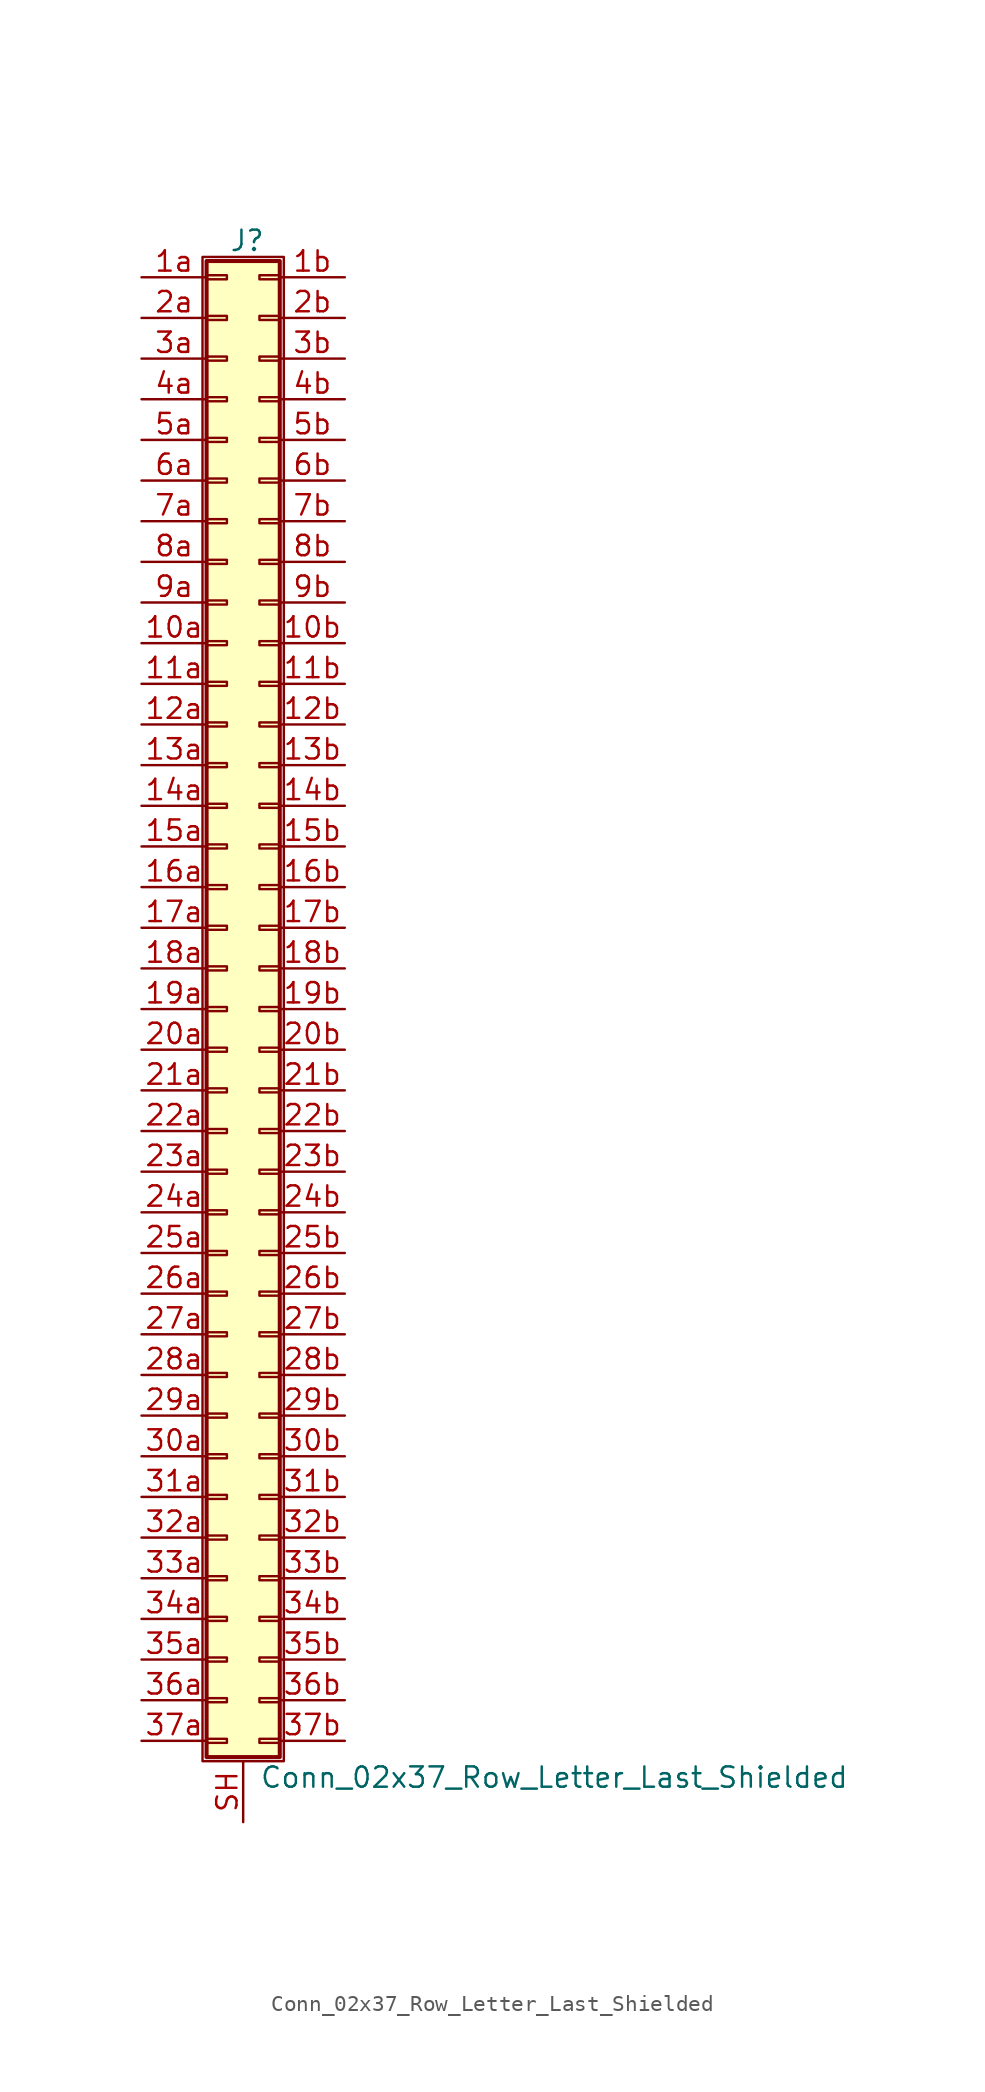
<source format=kicad_sym>
(kicad_symbol_lib
  (version 20220914)
  (generator kicad_symbol_editor)
  (symbol "Conn_02x37_Row_Letter_Last_Shielded"
    (pin_names
      (offset 1.016) hide)
    (property "Reference" "J"
      (at 1.524 48.006 0)
      (effects (font (size 1.27 1.27))))
    (property "Value" "Conn_02x37_Row_Letter_Last_Shielded"
      (at 2.286 -48.006 0)
      (effects (font (size 1.27 1.27)) (justify left)))
    (symbol "Conn_02x37_Row_Letter_Last_Shielded_1_1"
      (rectangle (start -1.27 46.99) (end 3.81 -46.99) (stroke (width 0.152) (type default)) (fill (type none)))
      (rectangle (start -1.016 -45.593) (end 0.254 -45.847) (stroke (width 0.152) (type default)) (fill (type none)))
      (rectangle (start -1.016 -43.053) (end 0.254 -43.307) (stroke (width 0.152) (type default)) (fill (type none)))
      (rectangle (start -1.016 -40.513) (end 0.254 -40.767) (stroke (width 0.152) (type default)) (fill (type none)))
      (rectangle (start -1.016 -37.973) (end 0.254 -38.227) (stroke (width 0.152) (type default)) (fill (type none)))
      (rectangle (start -1.016 -35.433) (end 0.254 -35.687) (stroke (width 0.152) (type default)) (fill (type none)))
      (rectangle (start -1.016 -32.893) (end 0.254 -33.147) (stroke (width 0.152) (type default)) (fill (type none)))
      (rectangle (start -1.016 -30.353) (end 0.254 -30.607) (stroke (width 0.152) (type default)) (fill (type none)))
      (rectangle (start -1.016 -27.813) (end 0.254 -28.067) (stroke (width 0.152) (type default)) (fill (type none)))
      (rectangle (start -1.016 -25.273) (end 0.254 -25.527) (stroke (width 0.152) (type default)) (fill (type none)))
      (rectangle (start -1.016 -22.733) (end 0.254 -22.987) (stroke (width 0.152) (type default)) (fill (type none)))
      (rectangle (start -1.016 -20.193) (end 0.254 -20.447) (stroke (width 0.152) (type default)) (fill (type none)))
      (rectangle (start -1.016 -17.653) (end 0.254 -17.907) (stroke (width 0.152) (type default)) (fill (type none)))
      (rectangle (start -1.016 -15.113) (end 0.254 -15.367) (stroke (width 0.152) (type default)) (fill (type none)))
      (rectangle (start -1.016 -12.573) (end 0.254 -12.827) (stroke (width 0.152) (type default)) (fill (type none)))
      (rectangle (start -1.016 -10.033) (end 0.254 -10.287) (stroke (width 0.152) (type default)) (fill (type none)))
      (rectangle (start -1.016 -7.493) (end 0.254 -7.747) (stroke (width 0.152) (type default)) (fill (type none)))
      (rectangle (start -1.016 -4.953) (end 0.254 -5.207) (stroke (width 0.152) (type default)) (fill (type none)))
      (rectangle (start -1.016 -2.413) (end 0.254 -2.667) (stroke (width 0.152) (type default)) (fill (type none)))
      (rectangle (start -1.016 0.127) (end 0.254 -0.127) (stroke (width 0.152) (type default)) (fill (type none)))
      (rectangle (start -1.016 2.667) (end 0.254 2.413) (stroke (width 0.152) (type default)) (fill (type none)))
      (rectangle (start -1.016 5.207) (end 0.254 4.953) (stroke (width 0.152) (type default)) (fill (type none)))
      (rectangle (start -1.016 7.747) (end 0.254 7.493) (stroke (width 0.152) (type default)) (fill (type none)))
      (rectangle (start -1.016 10.287) (end 0.254 10.033) (stroke (width 0.152) (type default)) (fill (type none)))
      (rectangle (start -1.016 12.827) (end 0.254 12.573) (stroke (width 0.152) (type default)) (fill (type none)))
      (rectangle (start -1.016 15.367) (end 0.254 15.113) (stroke (width 0.152) (type default)) (fill (type none)))
      (rectangle (start -1.016 17.907) (end 0.254 17.653) (stroke (width 0.152) (type default)) (fill (type none)))
      (rectangle (start -1.016 20.447) (end 0.254 20.193) (stroke (width 0.152) (type default)) (fill (type none)))
      (rectangle (start -1.016 22.987) (end 0.254 22.733) (stroke (width 0.152) (type default)) (fill (type none)))
      (rectangle (start -1.016 25.527) (end 0.254 25.273) (stroke (width 0.152) (type default)) (fill (type none)))
      (rectangle (start -1.016 28.067) (end 0.254 27.813) (stroke (width 0.152) (type default)) (fill (type none)))
      (rectangle (start -1.016 30.607) (end 0.254 30.353) (stroke (width 0.152) (type default)) (fill (type none)))
      (rectangle (start -1.016 33.147) (end 0.254 32.893) (stroke (width 0.152) (type default)) (fill (type none)))
      (rectangle (start -1.016 35.687) (end 0.254 35.433) (stroke (width 0.152) (type default)) (fill (type none)))
      (rectangle (start -1.016 38.227) (end 0.254 37.973) (stroke (width 0.152) (type default)) (fill (type none)))
      (rectangle (start -1.016 40.767) (end 0.254 40.513) (stroke (width 0.152) (type default)) (fill (type none)))
      (rectangle (start -1.016 43.307) (end 0.254 43.053) (stroke (width 0.152) (type default)) (fill (type none)))
      (rectangle (start -1.016 45.847) (end 0.254 45.593) (stroke (width 0.152) (type default)) (fill (type none)))
      (rectangle (start -1.016 46.736) (end 3.556 -46.736) (stroke (width 0.254) (type default)) (fill (type background)))
      (rectangle (start 3.556 -45.593) (end 2.286 -45.847) (stroke (width 0.152) (type default)) (fill (type none)))
      (rectangle (start 3.556 -43.053) (end 2.286 -43.307) (stroke (width 0.152) (type default)) (fill (type none)))
      (rectangle (start 3.556 -40.513) (end 2.286 -40.767) (stroke (width 0.152) (type default)) (fill (type none)))
      (rectangle (start 3.556 -37.973) (end 2.286 -38.227) (stroke (width 0.152) (type default)) (fill (type none)))
      (rectangle (start 3.556 -35.433) (end 2.286 -35.687) (stroke (width 0.152) (type default)) (fill (type none)))
      (rectangle (start 3.556 -32.893) (end 2.286 -33.147) (stroke (width 0.152) (type default)) (fill (type none)))
      (rectangle (start 3.556 -30.353) (end 2.286 -30.607) (stroke (width 0.152) (type default)) (fill (type none)))
      (rectangle (start 3.556 -27.813) (end 2.286 -28.067) (stroke (width 0.152) (type default)) (fill (type none)))
      (rectangle (start 3.556 -25.273) (end 2.286 -25.527) (stroke (width 0.152) (type default)) (fill (type none)))
      (rectangle (start 3.556 -22.733) (end 2.286 -22.987) (stroke (width 0.152) (type default)) (fill (type none)))
      (rectangle (start 3.556 -20.193) (end 2.286 -20.447) (stroke (width 0.152) (type default)) (fill (type none)))
      (rectangle (start 3.556 -17.653) (end 2.286 -17.907) (stroke (width 0.152) (type default)) (fill (type none)))
      (rectangle (start 3.556 -15.113) (end 2.286 -15.367) (stroke (width 0.152) (type default)) (fill (type none)))
      (rectangle (start 3.556 -12.573) (end 2.286 -12.827) (stroke (width 0.152) (type default)) (fill (type none)))
      (rectangle (start 3.556 -10.033) (end 2.286 -10.287) (stroke (width 0.152) (type default)) (fill (type none)))
      (rectangle (start 3.556 -7.493) (end 2.286 -7.747) (stroke (width 0.152) (type default)) (fill (type none)))
      (rectangle (start 3.556 -4.953) (end 2.286 -5.207) (stroke (width 0.152) (type default)) (fill (type none)))
      (rectangle (start 3.556 -2.413) (end 2.286 -2.667) (stroke (width 0.152) (type default)) (fill (type none)))
      (rectangle (start 3.556 0.127) (end 2.286 -0.127) (stroke (width 0.152) (type default)) (fill (type none)))
      (rectangle (start 3.556 2.667) (end 2.286 2.413) (stroke (width 0.152) (type default)) (fill (type none)))
      (rectangle (start 3.556 5.207) (end 2.286 4.953) (stroke (width 0.152) (type default)) (fill (type none)))
      (rectangle (start 3.556 7.747) (end 2.286 7.493) (stroke (width 0.152) (type default)) (fill (type none)))
      (rectangle (start 3.556 10.287) (end 2.286 10.033) (stroke (width 0.152) (type default)) (fill (type none)))
      (rectangle (start 3.556 12.827) (end 2.286 12.573) (stroke (width 0.152) (type default)) (fill (type none)))
      (rectangle (start 3.556 15.367) (end 2.286 15.113) (stroke (width 0.152) (type default)) (fill (type none)))
      (rectangle (start 3.556 17.907) (end 2.286 17.653) (stroke (width 0.152) (type default)) (fill (type none)))
      (rectangle (start 3.556 20.447) (end 2.286 20.193) (stroke (width 0.152) (type default)) (fill (type none)))
      (rectangle (start 3.556 22.987) (end 2.286 22.733) (stroke (width 0.152) (type default)) (fill (type none)))
      (rectangle (start 3.556 25.527) (end 2.286 25.273) (stroke (width 0.152) (type default)) (fill (type none)))
      (rectangle (start 3.556 28.067) (end 2.286 27.813) (stroke (width 0.152) (type default)) (fill (type none)))
      (rectangle (start 3.556 30.607) (end 2.286 30.353) (stroke (width 0.152) (type default)) (fill (type none)))
      (rectangle (start 3.556 33.147) (end 2.286 32.893) (stroke (width 0.152) (type default)) (fill (type none)))
      (rectangle (start 3.556 35.687) (end 2.286 35.433) (stroke (width 0.152) (type default)) (fill (type none)))
      (rectangle (start 3.556 38.227) (end 2.286 37.973) (stroke (width 0.152) (type default)) (fill (type none)))
      (rectangle (start 3.556 40.767) (end 2.286 40.513) (stroke (width 0.152) (type default)) (fill (type none)))
      (rectangle (start 3.556 43.307) (end 2.286 43.053) (stroke (width 0.152) (type default)) (fill (type none)))
      (rectangle (start 3.556 45.847) (end 2.286 45.593) (stroke (width 0.152) (type default)) (fill (type none)))
      (pin passive line (at -5.08 22.86 0) (length 4.064) (name "Pin_10a" (effects (font (size 1.27 1.27)))) (number "10a" (effects (font (size 1.27 1.27)))))
      (pin passive line (at 7.62 22.86 180) (length 4.064) (name "Pin_10b" (effects (font (size 1.27 1.27)))) (number "10b" (effects (font (size 1.27 1.27)))))
      (pin passive line (at -5.08 20.32 0) (length 4.064) (name "Pin_11a" (effects (font (size 1.27 1.27)))) (number "11a" (effects (font (size 1.27 1.27)))))
      (pin passive line (at 7.62 20.32 180) (length 4.064) (name "Pin_11b" (effects (font (size 1.27 1.27)))) (number "11b" (effects (font (size 1.27 1.27)))))
      (pin passive line (at -5.08 17.78 0) (length 4.064) (name "Pin_12a" (effects (font (size 1.27 1.27)))) (number "12a" (effects (font (size 1.27 1.27)))))
      (pin passive line (at 7.62 17.78 180) (length 4.064) (name "Pin_12b" (effects (font (size 1.27 1.27)))) (number "12b" (effects (font (size 1.27 1.27)))))
      (pin passive line (at -5.08 15.24 0) (length 4.064) (name "Pin_13a" (effects (font (size 1.27 1.27)))) (number "13a" (effects (font (size 1.27 1.27)))))
      (pin passive line (at 7.62 15.24 180) (length 4.064) (name "Pin_13b" (effects (font (size 1.27 1.27)))) (number "13b" (effects (font (size 1.27 1.27)))))
      (pin passive line (at -5.08 12.7 0) (length 4.064) (name "Pin_14a" (effects (font (size 1.27 1.27)))) (number "14a" (effects (font (size 1.27 1.27)))))
      (pin passive line (at 7.62 12.7 180) (length 4.064) (name "Pin_14b" (effects (font (size 1.27 1.27)))) (number "14b" (effects (font (size 1.27 1.27)))))
      (pin passive line (at -5.08 10.16 0) (length 4.064) (name "Pin_15a" (effects (font (size 1.27 1.27)))) (number "15a" (effects (font (size 1.27 1.27)))))
      (pin passive line (at 7.62 10.16 180) (length 4.064) (name "Pin_15b" (effects (font (size 1.27 1.27)))) (number "15b" (effects (font (size 1.27 1.27)))))
      (pin passive line (at -5.08 7.62 0) (length 4.064) (name "Pin_16a" (effects (font (size 1.27 1.27)))) (number "16a" (effects (font (size 1.27 1.27)))))
      (pin passive line (at 7.62 7.62 180) (length 4.064) (name "Pin_16b" (effects (font (size 1.27 1.27)))) (number "16b" (effects (font (size 1.27 1.27)))))
      (pin passive line (at -5.08 5.08 0) (length 4.064) (name "Pin_17a" (effects (font (size 1.27 1.27)))) (number "17a" (effects (font (size 1.27 1.27)))))
      (pin passive line (at 7.62 5.08 180) (length 4.064) (name "Pin_17b" (effects (font (size 1.27 1.27)))) (number "17b" (effects (font (size 1.27 1.27)))))
      (pin passive line (at -5.08 2.54 0) (length 4.064) (name "Pin_18a" (effects (font (size 1.27 1.27)))) (number "18a" (effects (font (size 1.27 1.27)))))
      (pin passive line (at 7.62 2.54 180) (length 4.064) (name "Pin_18b" (effects (font (size 1.27 1.27)))) (number "18b" (effects (font (size 1.27 1.27)))))
      (pin passive line (at -5.08 0 0) (length 4.064) (name "Pin_19a" (effects (font (size 1.27 1.27)))) (number "19a" (effects (font (size 1.27 1.27)))))
      (pin passive line (at 7.62 0 180) (length 4.064) (name "Pin_19b" (effects (font (size 1.27 1.27)))) (number "19b" (effects (font (size 1.27 1.27)))))
      (pin passive line (at -5.08 45.72 0) (length 4.064) (name "Pin_1a" (effects (font (size 1.27 1.27)))) (number "1a" (effects (font (size 1.27 1.27)))))
      (pin passive line (at 7.62 45.72 180) (length 4.064) (name "Pin_1b" (effects (font (size 1.27 1.27)))) (number "1b" (effects (font (size 1.27 1.27)))))
      (pin passive line (at -5.08 -2.54 0) (length 4.064) (name "Pin_20a" (effects (font (size 1.27 1.27)))) (number "20a" (effects (font (size 1.27 1.27)))))
      (pin passive line (at 7.62 -2.54 180) (length 4.064) (name "Pin_20b" (effects (font (size 1.27 1.27)))) (number "20b" (effects (font (size 1.27 1.27)))))
      (pin passive line (at -5.08 -5.08 0) (length 4.064) (name "Pin_21a" (effects (font (size 1.27 1.27)))) (number "21a" (effects (font (size 1.27 1.27)))))
      (pin passive line (at 7.62 -5.08 180) (length 4.064) (name "Pin_21b" (effects (font (size 1.27 1.27)))) (number "21b" (effects (font (size 1.27 1.27)))))
      (pin passive line (at -5.08 -7.62 0) (length 4.064) (name "Pin_22a" (effects (font (size 1.27 1.27)))) (number "22a" (effects (font (size 1.27 1.27)))))
      (pin passive line (at 7.62 -7.62 180) (length 4.064) (name "Pin_22b" (effects (font (size 1.27 1.27)))) (number "22b" (effects (font (size 1.27 1.27)))))
      (pin passive line (at -5.08 -10.16 0) (length 4.064) (name "Pin_23a" (effects (font (size 1.27 1.27)))) (number "23a" (effects (font (size 1.27 1.27)))))
      (pin passive line (at 7.62 -10.16 180) (length 4.064) (name "Pin_23b" (effects (font (size 1.27 1.27)))) (number "23b" (effects (font (size 1.27 1.27)))))
      (pin passive line (at -5.08 -12.7 0) (length 4.064) (name "Pin_24a" (effects (font (size 1.27 1.27)))) (number "24a" (effects (font (size 1.27 1.27)))))
      (pin passive line (at 7.62 -12.7 180) (length 4.064) (name "Pin_24b" (effects (font (size 1.27 1.27)))) (number "24b" (effects (font (size 1.27 1.27)))))
      (pin passive line (at -5.08 -15.24 0) (length 4.064) (name "Pin_25a" (effects (font (size 1.27 1.27)))) (number "25a" (effects (font (size 1.27 1.27)))))
      (pin passive line (at 7.62 -15.24 180) (length 4.064) (name "Pin_25b" (effects (font (size 1.27 1.27)))) (number "25b" (effects (font (size 1.27 1.27)))))
      (pin passive line (at -5.08 -17.78 0) (length 4.064) (name "Pin_26a" (effects (font (size 1.27 1.27)))) (number "26a" (effects (font (size 1.27 1.27)))))
      (pin passive line (at 7.62 -17.78 180) (length 4.064) (name "Pin_26b" (effects (font (size 1.27 1.27)))) (number "26b" (effects (font (size 1.27 1.27)))))
      (pin passive line (at -5.08 -20.32 0) (length 4.064) (name "Pin_27a" (effects (font (size 1.27 1.27)))) (number "27a" (effects (font (size 1.27 1.27)))))
      (pin passive line (at 7.62 -20.32 180) (length 4.064) (name "Pin_27b" (effects (font (size 1.27 1.27)))) (number "27b" (effects (font (size 1.27 1.27)))))
      (pin passive line (at -5.08 -22.86 0) (length 4.064) (name "Pin_28a" (effects (font (size 1.27 1.27)))) (number "28a" (effects (font (size 1.27 1.27)))))
      (pin passive line (at 7.62 -22.86 180) (length 4.064) (name "Pin_28b" (effects (font (size 1.27 1.27)))) (number "28b" (effects (font (size 1.27 1.27)))))
      (pin passive line (at -5.08 -25.4 0) (length 4.064) (name "Pin_29a" (effects (font (size 1.27 1.27)))) (number "29a" (effects (font (size 1.27 1.27)))))
      (pin passive line (at 7.62 -25.4 180) (length 4.064) (name "Pin_29b" (effects (font (size 1.27 1.27)))) (number "29b" (effects (font (size 1.27 1.27)))))
      (pin passive line (at -5.08 43.18 0) (length 4.064) (name "Pin_2a" (effects (font (size 1.27 1.27)))) (number "2a" (effects (font (size 1.27 1.27)))))
      (pin passive line (at 7.62 43.18 180) (length 4.064) (name "Pin_2b" (effects (font (size 1.27 1.27)))) (number "2b" (effects (font (size 1.27 1.27)))))
      (pin passive line (at -5.08 -27.94 0) (length 4.064) (name "Pin_30a" (effects (font (size 1.27 1.27)))) (number "30a" (effects (font (size 1.27 1.27)))))
      (pin passive line (at 7.62 -27.94 180) (length 4.064) (name "Pin_30b" (effects (font (size 1.27 1.27)))) (number "30b" (effects (font (size 1.27 1.27)))))
      (pin passive line (at -5.08 -30.48 0) (length 4.064) (name "Pin_31a" (effects (font (size 1.27 1.27)))) (number "31a" (effects (font (size 1.27 1.27)))))
      (pin passive line (at 7.62 -30.48 180) (length 4.064) (name "Pin_31b" (effects (font (size 1.27 1.27)))) (number "31b" (effects (font (size 1.27 1.27)))))
      (pin passive line (at -5.08 -33.02 0) (length 4.064) (name "Pin_32a" (effects (font (size 1.27 1.27)))) (number "32a" (effects (font (size 1.27 1.27)))))
      (pin passive line (at 7.62 -33.02 180) (length 4.064) (name "Pin_32b" (effects (font (size 1.27 1.27)))) (number "32b" (effects (font (size 1.27 1.27)))))
      (pin passive line (at -5.08 -35.56 0) (length 4.064) (name "Pin_33a" (effects (font (size 1.27 1.27)))) (number "33a" (effects (font (size 1.27 1.27)))))
      (pin passive line (at 7.62 -35.56 180) (length 4.064) (name "Pin_33b" (effects (font (size 1.27 1.27)))) (number "33b" (effects (font (size 1.27 1.27)))))
      (pin passive line (at -5.08 -38.1 0) (length 4.064) (name "Pin_34a" (effects (font (size 1.27 1.27)))) (number "34a" (effects (font (size 1.27 1.27)))))
      (pin passive line (at 7.62 -38.1 180) (length 4.064) (name "Pin_34b" (effects (font (size 1.27 1.27)))) (number "34b" (effects (font (size 1.27 1.27)))))
      (pin passive line (at -5.08 -40.64 0) (length 4.064) (name "Pin_35a" (effects (font (size 1.27 1.27)))) (number "35a" (effects (font (size 1.27 1.27)))))
      (pin passive line (at 7.62 -40.64 180) (length 4.064) (name "Pin_35b" (effects (font (size 1.27 1.27)))) (number "35b" (effects (font (size 1.27 1.27)))))
      (pin passive line (at -5.08 -43.18 0) (length 4.064) (name "Pin_36a" (effects (font (size 1.27 1.27)))) (number "36a" (effects (font (size 1.27 1.27)))))
      (pin passive line (at 7.62 -43.18 180) (length 4.064) (name "Pin_36b" (effects (font (size 1.27 1.27)))) (number "36b" (effects (font (size 1.27 1.27)))))
      (pin passive line (at -5.08 -45.72 0) (length 4.064) (name "Pin_37a" (effects (font (size 1.27 1.27)))) (number "37a" (effects (font (size 1.27 1.27)))))
      (pin passive line (at 7.62 -45.72 180) (length 4.064) (name "Pin_37b" (effects (font (size 1.27 1.27)))) (number "37b" (effects (font (size 1.27 1.27)))))
      (pin passive line (at -5.08 40.64 0) (length 4.064) (name "Pin_3a" (effects (font (size 1.27 1.27)))) (number "3a" (effects (font (size 1.27 1.27)))))
      (pin passive line (at 7.62 40.64 180) (length 4.064) (name "Pin_3b" (effects (font (size 1.27 1.27)))) (number "3b" (effects (font (size 1.27 1.27)))))
      (pin passive line (at -5.08 38.1 0) (length 4.064) (name "Pin_4a" (effects (font (size 1.27 1.27)))) (number "4a" (effects (font (size 1.27 1.27)))))
      (pin passive line (at 7.62 38.1 180) (length 4.064) (name "Pin_4b" (effects (font (size 1.27 1.27)))) (number "4b" (effects (font (size 1.27 1.27)))))
      (pin passive line (at -5.08 35.56 0) (length 4.064) (name "Pin_5a" (effects (font (size 1.27 1.27)))) (number "5a" (effects (font (size 1.27 1.27)))))
      (pin passive line (at 7.62 35.56 180) (length 4.064) (name "Pin_5b" (effects (font (size 1.27 1.27)))) (number "5b" (effects (font (size 1.27 1.27)))))
      (pin passive line (at -5.08 33.02 0) (length 4.064) (name "Pin_6a" (effects (font (size 1.27 1.27)))) (number "6a" (effects (font (size 1.27 1.27)))))
      (pin passive line (at 7.62 33.02 180) (length 4.064) (name "Pin_6b" (effects (font (size 1.27 1.27)))) (number "6b" (effects (font (size 1.27 1.27)))))
      (pin passive line (at -5.08 30.48 0) (length 4.064) (name "Pin_7a" (effects (font (size 1.27 1.27)))) (number "7a" (effects (font (size 1.27 1.27)))))
      (pin passive line (at 7.62 30.48 180) (length 4.064) (name "Pin_7b" (effects (font (size 1.27 1.27)))) (number "7b" (effects (font (size 1.27 1.27)))))
      (pin passive line (at -5.08 27.94 0) (length 4.064) (name "Pin_8a" (effects (font (size 1.27 1.27)))) (number "8a" (effects (font (size 1.27 1.27)))))
      (pin passive line (at 7.62 27.94 180) (length 4.064) (name "Pin_8b" (effects (font (size 1.27 1.27)))) (number "8b" (effects (font (size 1.27 1.27)))))
      (pin passive line (at -5.08 25.4 0) (length 4.064) (name "Pin_9a" (effects (font (size 1.27 1.27)))) (number "9a" (effects (font (size 1.27 1.27)))))
      (pin passive line (at 7.62 25.4 180) (length 4.064) (name "Pin_9b" (effects (font (size 1.27 1.27)))) (number "9b" (effects (font (size 1.27 1.27)))))
      (pin passive line (at 1.27 -50.8 90) (length 3.81) (name "Shield" (effects (font (size 1.27 1.27)))) (number "SH" (effects (font (size 1.27 1.27))))))))
</source>
